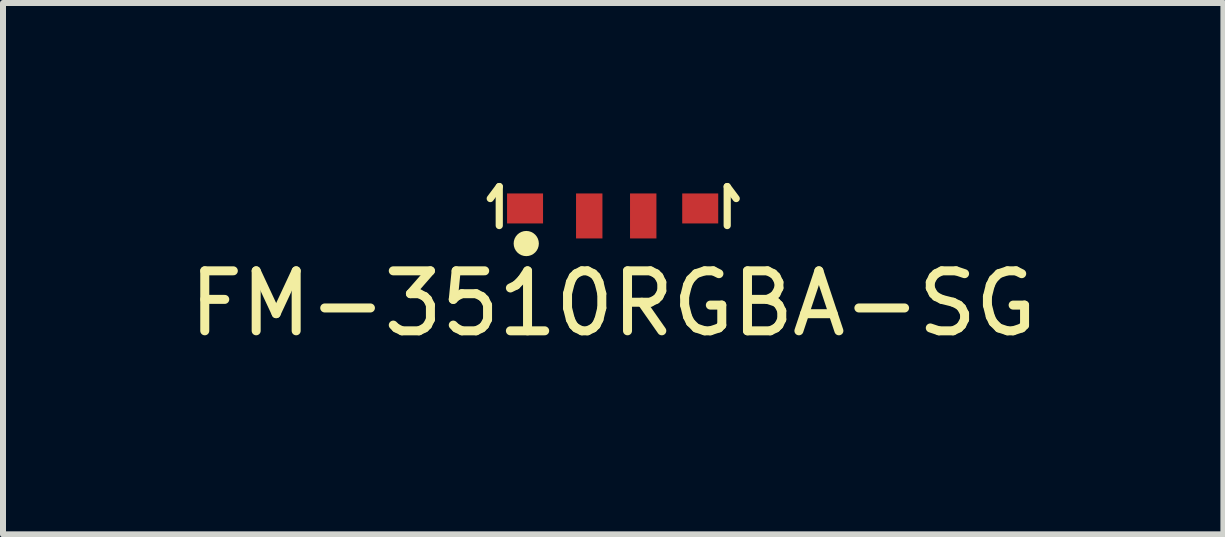
<source format=kicad_pcb>
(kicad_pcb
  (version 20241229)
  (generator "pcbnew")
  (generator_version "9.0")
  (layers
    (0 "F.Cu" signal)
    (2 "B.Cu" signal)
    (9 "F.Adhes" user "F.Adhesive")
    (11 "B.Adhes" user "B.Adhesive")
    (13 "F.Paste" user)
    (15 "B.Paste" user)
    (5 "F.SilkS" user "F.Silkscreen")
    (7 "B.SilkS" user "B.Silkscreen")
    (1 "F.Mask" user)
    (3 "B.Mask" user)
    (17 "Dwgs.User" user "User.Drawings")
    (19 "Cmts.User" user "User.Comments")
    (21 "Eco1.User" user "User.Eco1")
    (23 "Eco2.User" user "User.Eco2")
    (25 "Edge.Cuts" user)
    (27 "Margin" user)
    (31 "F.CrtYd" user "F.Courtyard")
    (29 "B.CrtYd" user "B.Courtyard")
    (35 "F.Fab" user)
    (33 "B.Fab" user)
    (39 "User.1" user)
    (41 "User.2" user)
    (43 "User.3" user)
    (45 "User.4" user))
  (footprint "FM-3510RGBA-SG"
    (layer "F.Cu")
    (at 7.173 0.51)
    (property "Reference" "FM-3510RGBA-SG" (at 0 1.5 0) (layer "F.SilkS") (effects (font (size 1 1) (thickness 0.15))))
    (attr through_hole)
    (fp_line (start -1.9 -0.45) (end -2.05 -0.25) (stroke (width 0.12) (type solid)) (layer "F.SilkS"))
    (fp_line (start -1.9 0.2) (end -1.9 -0.45) (stroke (width 0.12) (type solid)) (layer "F.SilkS"))
    (fp_line (start 1.9 -0.45) (end 2.05 -0.25) (stroke (width 0.12) (type solid)) (layer "F.SilkS"))
    (fp_line (start 1.9 0.2) (end 1.9 -0.45) (stroke (width 0.12) (type solid)) (layer "F.SilkS"))
    (fp_circle (center -1.45 0.5) (end -1.3 0.5) (stroke (width 0.12) (type solid)) (fill yes) (layer "F.SilkS"))
    (pad "1" smd rect (at -1.47 -0.085) (size 0.6 0.5) (layers "F.Cu" "F.Mask" "F.Paste"))
    (pad "2" smd rect (at -0.4 0.04) (size 0.44 0.75) (layers "F.Cu" "F.Mask" "F.Paste"))
    (pad "3" smd rect (at 0.5 0.04) (size 0.44 0.75) (layers "F.Cu" "F.Mask" "F.Paste"))
    (pad "4" smd rect (at 1.45 -0.085) (size 0.6 0.5) (layers "F.Cu" "F.Mask" "F.Paste")))
  (gr_rect
    (start -3 -3)
    (end 17.345 5.858)
    (stroke (width 0.1) (type default))
    (fill no)
    (layer "Edge.Cuts")))
</source>
